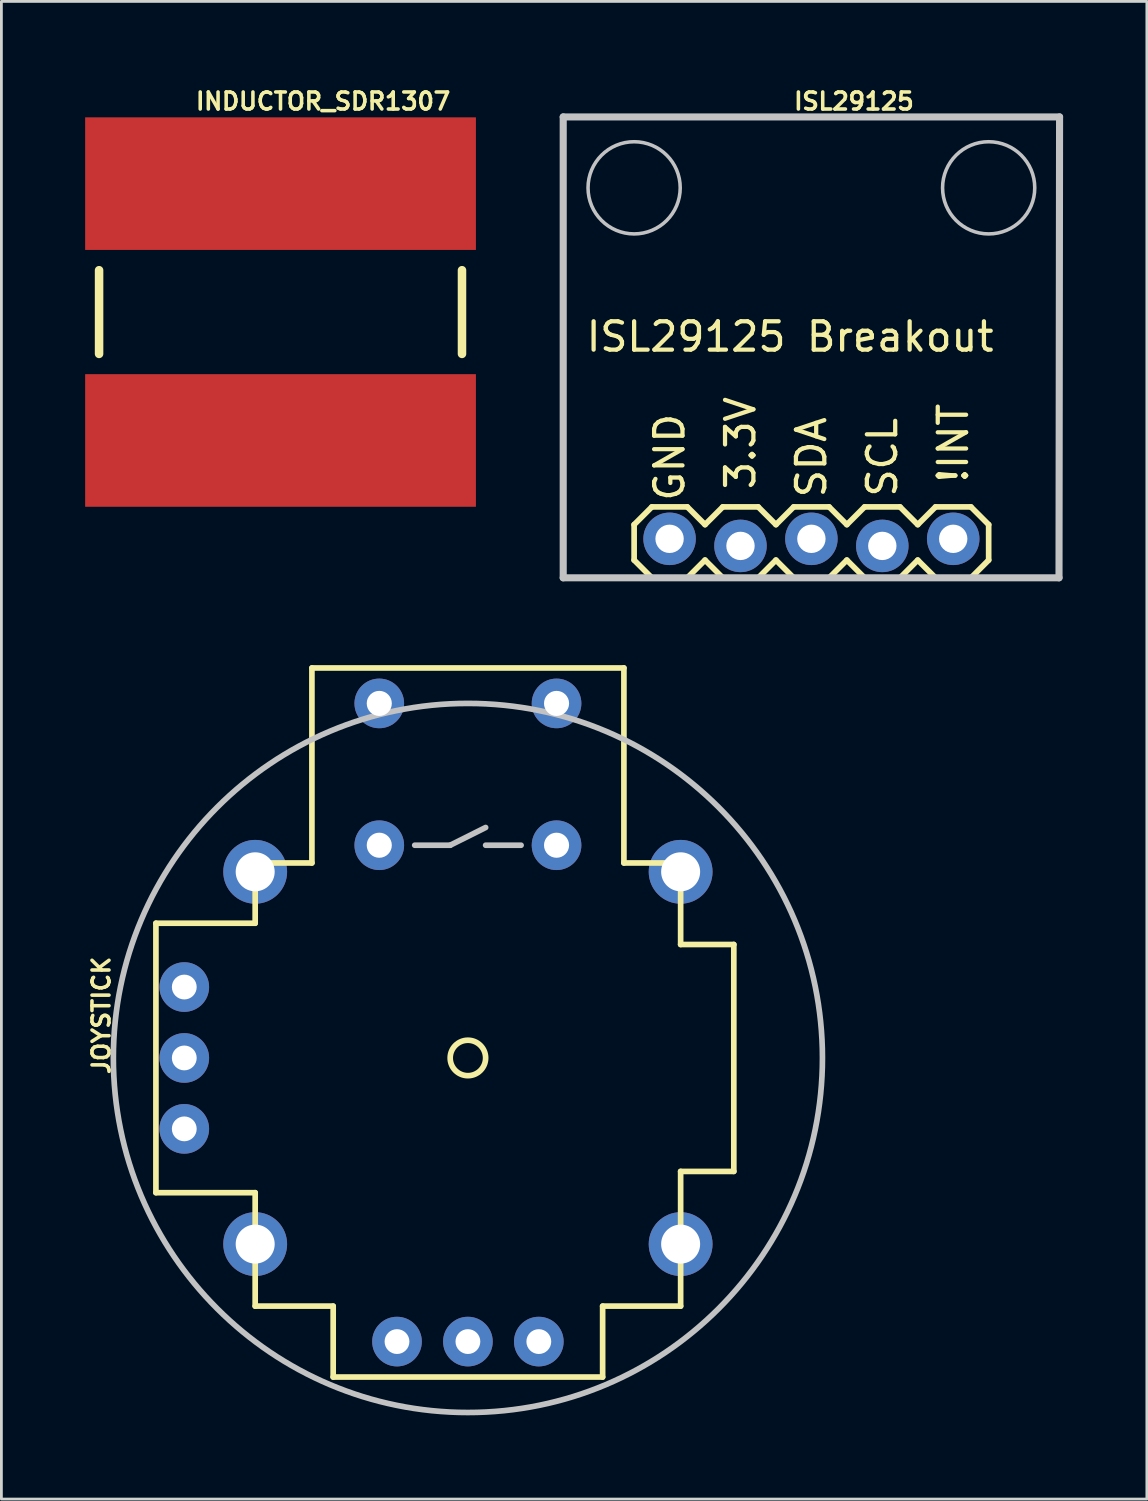
<source format=kicad_pcb>
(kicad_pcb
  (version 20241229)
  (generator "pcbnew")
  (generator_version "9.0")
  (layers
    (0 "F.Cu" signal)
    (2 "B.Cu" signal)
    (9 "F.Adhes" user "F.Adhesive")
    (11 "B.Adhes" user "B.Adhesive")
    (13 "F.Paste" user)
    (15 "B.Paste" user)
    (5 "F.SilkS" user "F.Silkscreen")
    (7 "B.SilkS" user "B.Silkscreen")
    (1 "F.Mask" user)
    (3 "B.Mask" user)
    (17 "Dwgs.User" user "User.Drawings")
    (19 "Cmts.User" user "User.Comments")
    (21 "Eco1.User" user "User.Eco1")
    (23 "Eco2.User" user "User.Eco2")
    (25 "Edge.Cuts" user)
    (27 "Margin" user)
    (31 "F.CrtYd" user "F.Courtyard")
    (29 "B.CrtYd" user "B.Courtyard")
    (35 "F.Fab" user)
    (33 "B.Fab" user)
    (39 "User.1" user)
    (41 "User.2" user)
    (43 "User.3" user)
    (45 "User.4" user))
  (footprint "ISL29125"
    (layer "F.Cu")
    (at 26.015 8.758)
    (property "Reference" "ISL29125" (at 1.524 -8.179 0) (layer "F.SilkS") (effects (font (size 0.61 0.61) (thickness 0.127))))
    (attr exclude_from_pos_files exclude_from_bom)
    (fp_line (start -6.35 6.985) (end -6.35 8.255) (stroke (width 0.203) (type solid)) (layer "F.SilkS"))
    (fp_line (start -6.35 8.255) (end -5.715 8.89) (stroke (width 0.203) (type solid)) (layer "F.SilkS"))
    (fp_line (start -5.715 6.35) (end -6.35 6.985) (stroke (width 0.203) (type solid)) (layer "F.SilkS"))
    (fp_line (start -5.715 6.35) (end -4.445 6.35) (stroke (width 0.203) (type solid)) (layer "F.SilkS"))
    (fp_line (start -4.445 6.35) (end -3.81 6.985) (stroke (width 0.203) (type solid)) (layer "F.SilkS"))
    (fp_line (start -4.445 8.89) (end -5.715 8.89) (stroke (width 0.203) (type solid)) (layer "F.SilkS"))
    (fp_line (start -3.81 6.985) (end -3.175 6.35) (stroke (width 0.203) (type solid)) (layer "F.SilkS"))
    (fp_line (start -3.81 8.255) (end -4.445 8.89) (stroke (width 0.203) (type solid)) (layer "F.SilkS"))
    (fp_line (start -3.175 6.35) (end -1.905 6.35) (stroke (width 0.203) (type solid)) (layer "F.SilkS"))
    (fp_line (start -3.175 8.89) (end -3.81 8.255) (stroke (width 0.203) (type solid)) (layer "F.SilkS"))
    (fp_line (start -1.905 6.35) (end -1.27 6.985) (stroke (width 0.203) (type solid)) (layer "F.SilkS"))
    (fp_line (start -1.905 8.89) (end -3.175 8.89) (stroke (width 0.203) (type solid)) (layer "F.SilkS"))
    (fp_line (start -1.27 6.985) (end -0.635 6.35) (stroke (width 0.203) (type solid)) (layer "F.SilkS"))
    (fp_line (start -1.27 8.255) (end -1.905 8.89) (stroke (width 0.203) (type solid)) (layer "F.SilkS"))
    (fp_line (start -0.635 6.35) (end 0.635 6.35) (stroke (width 0.203) (type solid)) (layer "F.SilkS"))
    (fp_line (start -0.635 8.89) (end -1.27 8.255) (stroke (width 0.203) (type solid)) (layer "F.SilkS"))
    (fp_line (start 0.635 6.35) (end 1.27 6.985) (stroke (width 0.203) (type solid)) (layer "F.SilkS"))
    (fp_line (start 0.635 8.89) (end -0.635 8.89) (stroke (width 0.203) (type solid)) (layer "F.SilkS"))
    (fp_line (start 1.27 8.255) (end 0.635 8.89) (stroke (width 0.203) (type solid)) (layer "F.SilkS"))
    (fp_line (start 1.27 8.255) (end 1.905 8.89) (stroke (width 0.203) (type solid)) (layer "F.SilkS"))
    (fp_line (start 1.905 6.35) (end 1.27 6.985) (stroke (width 0.203) (type solid)) (layer "F.SilkS"))
    (fp_line (start 1.905 6.35) (end 3.175 6.35) (stroke (width 0.203) (type solid)) (layer "F.SilkS"))
    (fp_line (start 3.175 6.35) (end 3.81 6.985) (stroke (width 0.203) (type solid)) (layer "F.SilkS"))
    (fp_line (start 3.175 8.89) (end 1.905 8.89) (stroke (width 0.203) (type solid)) (layer "F.SilkS"))
    (fp_line (start 3.81 6.985) (end 4.445 6.35) (stroke (width 0.203) (type solid)) (layer "F.SilkS"))
    (fp_line (start 3.81 8.255) (end 3.175 8.89) (stroke (width 0.203) (type solid)) (layer "F.SilkS"))
    (fp_line (start 4.445 6.35) (end 5.715 6.35) (stroke (width 0.203) (type solid)) (layer "F.SilkS"))
    (fp_line (start 4.445 8.89) (end 3.81 8.255) (stroke (width 0.203) (type solid)) (layer "F.SilkS"))
    (fp_line (start 5.715 6.35) (end 6.35 6.985) (stroke (width 0.203) (type solid)) (layer "F.SilkS"))
    (fp_line (start 5.715 8.89) (end 4.445 8.89) (stroke (width 0.203) (type solid)) (layer "F.SilkS"))
    (fp_line (start 6.35 6.985) (end 6.35 8.255) (stroke (width 0.203) (type solid)) (layer "F.SilkS"))
    (fp_line (start 6.35 8.255) (end 5.715 8.89) (stroke (width 0.203) (type solid)) (layer "F.SilkS"))
    (fp_line (start -8.89 -7.62) (end -8.89 8.89) (stroke (width 0.254) (type solid)) (layer "Dwgs.User"))
    (fp_line (start -8.89 8.89) (end 8.87 8.89) (stroke (width 0.254) (type solid)) (layer "Dwgs.User"))
    (fp_line (start -5.334 7.366) (end -4.826 7.366) (stroke (width 0.066) (type solid)) (layer "Dwgs.User"))
    (fp_line (start -5.334 7.874) (end -5.334 7.366) (stroke (width 0.066) (type solid)) (layer "Dwgs.User"))
    (fp_line (start -5.334 7.874) (end -4.826 7.874) (stroke (width 0.066) (type solid)) (layer "Dwgs.User"))
    (fp_line (start -4.826 7.874) (end -4.826 7.366) (stroke (width 0.066) (type solid)) (layer "Dwgs.User"))
    (fp_line (start -2.794 7.366) (end -2.286 7.366) (stroke (width 0.066) (type solid)) (layer "Dwgs.User"))
    (fp_line (start -2.794 7.874) (end -2.794 7.366) (stroke (width 0.066) (type solid)) (layer "Dwgs.User"))
    (fp_line (start -2.794 7.874) (end -2.286 7.874) (stroke (width 0.066) (type solid)) (layer "Dwgs.User"))
    (fp_line (start -2.286 7.874) (end -2.286 7.366) (stroke (width 0.066) (type solid)) (layer "Dwgs.User"))
    (fp_line (start -0.254 7.366) (end 0.254 7.366) (stroke (width 0.066) (type solid)) (layer "Dwgs.User"))
    (fp_line (start -0.254 7.874) (end -0.254 7.366) (stroke (width 0.066) (type solid)) (layer "Dwgs.User"))
    (fp_line (start -0.254 7.874) (end 0.254 7.874) (stroke (width 0.066) (type solid)) (layer "Dwgs.User"))
    (fp_line (start 0.254 7.874) (end 0.254 7.366) (stroke (width 0.066) (type solid)) (layer "Dwgs.User"))
    (fp_line (start 2.286 7.366) (end 2.794 7.366) (stroke (width 0.066) (type solid)) (layer "Dwgs.User"))
    (fp_line (start 2.286 7.874) (end 2.286 7.366) (stroke (width 0.066) (type solid)) (layer "Dwgs.User"))
    (fp_line (start 2.286 7.874) (end 2.794 7.874) (stroke (width 0.066) (type solid)) (layer "Dwgs.User"))
    (fp_line (start 2.794 7.874) (end 2.794 7.366) (stroke (width 0.066) (type solid)) (layer "Dwgs.User"))
    (fp_line (start 4.826 7.366) (end 5.334 7.366) (stroke (width 0.066) (type solid)) (layer "Dwgs.User"))
    (fp_line (start 4.826 7.874) (end 4.826 7.366) (stroke (width 0.066) (type solid)) (layer "Dwgs.User"))
    (fp_line (start 4.826 7.874) (end 5.334 7.874) (stroke (width 0.066) (type solid)) (layer "Dwgs.User"))
    (fp_line (start 5.334 7.874) (end 5.334 7.366) (stroke (width 0.066) (type solid)) (layer "Dwgs.User"))
    (fp_line (start 8.87 8.89) (end 8.89 -7.62) (stroke (width 0.254) (type solid)) (layer "Dwgs.User"))
    (fp_line (start 8.89 -7.62) (end -8.89 -7.62) (stroke (width 0.254) (type solid)) (layer "Dwgs.User"))
    (fp_circle (center -6.35 -5.08) (end -6.35 -6.731) (stroke (width 0.127) (type solid)) (fill no) (layer "Dwgs.User"))
    (fp_circle (center 6.35 -5.08) (end 6.35 -6.731) (stroke (width 0.127) (type solid)) (fill no) (layer "Dwgs.User"))
    (fp_text user "SDA" (at 0 4.572 90) (layer "F.SilkS") (effects (font (size 1.016 1.016) (thickness 0.152))))
    (fp_text user "3.3V" (at -2.54 4.064 90) (layer "F.SilkS") (effects (font (size 1.016 1.016) (thickness 0.152))))
    (fp_text user "SCL" (at 2.54 4.572 90) (layer "F.SilkS") (effects (font (size 1.016 1.016) (thickness 0.152))))
    (fp_text user "!INT" (at 5.08 4.064 90) (layer "F.SilkS") (effects (font (size 1.016 1.016) (thickness 0.152))))
    (fp_text user "ISL29125 Breakout" (at -0.762 0.254 180) (layer "F.SilkS") (effects (font (size 1.016 1.016) (thickness 0.152))))
    (fp_text user "GND" (at -5.08 4.572 90) (layer "F.SilkS") (effects (font (size 1.016 1.016) (thickness 0.152))))
    (pad "1" thru_hole circle (at -5.08 7.493) (size 1.88 1.88) (drill 1.016) (layers "*.Cu" "*.Paste" "*.Mask"))
    (pad "2" thru_hole circle (at -2.54 7.747) (size 1.88 1.88) (drill 1.016) (layers "*.Cu" "*.Paste" "*.Mask"))
    (pad "3" thru_hole circle (at 0 7.493) (size 1.88 1.88) (drill 1.016) (layers "*.Cu" "*.Paste" "*.Mask"))
    (pad "4" thru_hole circle (at 2.54 7.747) (size 1.88 1.88) (drill 1.016) (layers "*.Cu" "*.Paste" "*.Mask"))
    (pad "5" thru_hole circle (at 5.08 7.493) (size 1.88 1.88) (drill 1.016) (layers "*.Cu" "*.Paste" "*.Mask")))
  (footprint "INDUCTOR_SDR1307"
    (layer "F.Cu")
    (at 6.999 8.128)
    (property "Reference" "INDUCTOR_SDR1307" (at 1.524 -7.549 0) (layer "F.SilkS") (effects (font (size 0.61 0.61) (thickness 0.127))))
    (attr smd)
    (fp_line (start -6.5 -1.499) (end -6.5 1.499) (stroke (width 0.305) (type solid)) (layer "F.SilkS"))
    (fp_line (start 6.5 -1.499) (end 6.5 1.499) (stroke (width 0.305) (type solid)) (layer "F.SilkS"))
    (pad "P$1" smd rect (at 0 -4.6) (size 13.998 4.75) (layers "F.Cu" "F.Mask" "F.Paste"))
    (pad "P$2" smd rect (at 0 4.6) (size 13.998 4.75) (layers "F.Cu" "F.Mask" "F.Paste")))
  (footprint "JOYSTICK"
    (layer "F.Cu")
    (at 13.711 34.847)
    (property "Reference" "JOYSTICK" (at -13.132 -1.524 90) (layer "F.SilkS") (effects (font (size 0.61 0.61) (thickness 0.127))))
    (attr exclude_from_pos_files exclude_from_bom)
    (fp_line (start -11.176 -4.826) (end -11.176 4.826) (stroke (width 0.203) (type solid)) (layer "F.SilkS"))
    (fp_line (start -7.62 -4.826) (end -11.176 -4.826) (stroke (width 0.203) (type solid)) (layer "F.SilkS"))
    (fp_line (start -7.62 -4.826) (end -7.62 -6.985) (stroke (width 0.203) (type solid)) (layer "F.SilkS"))
    (fp_line (start -7.62 4.826) (end -11.176 4.826) (stroke (width 0.203) (type solid)) (layer "F.SilkS"))
    (fp_line (start -7.62 4.826) (end -7.62 8.89) (stroke (width 0.203) (type solid)) (layer "F.SilkS"))
    (fp_line (start -5.588 -13.97) (end -5.588 -6.985) (stroke (width 0.203) (type solid)) (layer "F.SilkS"))
    (fp_line (start -5.588 -6.985) (end -7.62 -6.985) (stroke (width 0.203) (type solid)) (layer "F.SilkS"))
    (fp_line (start -4.826 8.89) (end -7.62 8.89) (stroke (width 0.203) (type solid)) (layer "F.SilkS"))
    (fp_line (start -4.826 11.43) (end -4.826 8.89) (stroke (width 0.203) (type solid)) (layer "F.SilkS"))
    (fp_line (start 4.826 8.89) (end 7.62 8.89) (stroke (width 0.203) (type solid)) (layer "F.SilkS"))
    (fp_line (start 4.826 11.43) (end -4.826 11.43) (stroke (width 0.203) (type solid)) (layer "F.SilkS"))
    (fp_line (start 4.826 11.43) (end 4.826 8.89) (stroke (width 0.203) (type solid)) (layer "F.SilkS"))
    (fp_line (start 5.588 -13.97) (end -5.588 -13.97) (stroke (width 0.203) (type solid)) (layer "F.SilkS"))
    (fp_line (start 5.588 -13.97) (end 5.588 -6.985) (stroke (width 0.203) (type solid)) (layer "F.SilkS"))
    (fp_line (start 7.62 -6.985) (end 5.588 -6.985) (stroke (width 0.203) (type solid)) (layer "F.SilkS"))
    (fp_line (start 7.62 -4.064) (end 7.62 -6.985) (stroke (width 0.203) (type solid)) (layer "F.SilkS"))
    (fp_line (start 7.62 -4.064) (end 9.525 -4.064) (stroke (width 0.203) (type solid)) (layer "F.SilkS"))
    (fp_line (start 7.62 4.064) (end 7.62 8.89) (stroke (width 0.203) (type solid)) (layer "F.SilkS"))
    (fp_line (start 7.62 4.064) (end 9.525 4.064) (stroke (width 0.203) (type solid)) (layer "F.SilkS"))
    (fp_line (start 9.525 -4.064) (end 9.525 4.064) (stroke (width 0.203) (type solid)) (layer "F.SilkS"))
    (fp_circle (center 0 0) (end 0 -0.635) (stroke (width 0.203) (type solid)) (fill no) (layer "F.SilkS"))
    (fp_line (start -1.905 -7.62) (end -0.635 -7.62) (stroke (width 0.203) (type solid)) (layer "Dwgs.User"))
    (fp_line (start -0.635 -7.62) (end 0.635 -8.255) (stroke (width 0.203) (type solid)) (layer "Dwgs.User"))
    (fp_line (start 0.635 -7.62) (end 1.905 -7.62) (stroke (width 0.203) (type solid)) (layer "Dwgs.User"))
    (fp_circle (center 0 0) (end 0 -12.7) (stroke (width 0.203) (type solid)) (fill no) (layer "Dwgs.User"))
    (pad "B1A" thru_hole circle (at -3.175 -12.7) (size 1.778 1.778) (drill 0.899) (layers "*.Cu" "*.Paste" "*.Mask"))
    (pad "B1B" thru_hole circle (at 3.175 -12.7) (size 1.778 1.778) (drill 0.899) (layers "*.Cu" "*.Paste" "*.Mask"))
    (pad "B2A" thru_hole circle (at -3.175 -7.62) (size 1.778 1.778) (drill 0.899) (layers "*.Cu" "*.Paste" "*.Mask"))
    (pad "B2B" thru_hole circle (at 3.175 -7.62) (size 1.778 1.778) (drill 0.899) (layers "*.Cu" "*.Paste" "*.Mask"))
    (pad "H1" thru_hole circle (at -2.54 10.16) (size 1.778 1.778) (drill 0.889) (layers "*.Cu" "*.Paste" "*.Mask"))
    (pad "H2" thru_hole circle (at 0 10.16) (size 1.778 1.778) (drill 0.889) (layers "*.Cu" "*.Paste" "*.Mask"))
    (pad "H3" thru_hole circle (at 2.54 10.16) (size 1.778 1.778) (drill 0.889) (layers "*.Cu" "*.Paste" "*.Mask"))
    (pad "MOUN" thru_hole circle (at -7.62 -6.668) (size 2.286 2.286) (drill 1.397) (layers "*.Cu" "*.Paste" "*.Mask"))
    (pad "MOUN" thru_hole circle (at -7.62 6.668) (size 2.286 2.286) (drill 1.397) (layers "*.Cu" "*.Paste" "*.Mask"))
    (pad "MOUN" thru_hole circle (at 7.62 -6.668) (size 2.286 2.286) (drill 1.397) (layers "*.Cu" "*.Paste" "*.Mask"))
    (pad "MOUN" thru_hole circle (at 7.62 6.668) (size 2.286 2.286) (drill 1.397) (layers "*.Cu" "*.Paste" "*.Mask"))
    (pad "V1" thru_hole circle (at -10.16 -2.54) (size 1.778 1.778) (drill 0.889) (layers "*.Cu" "*.Paste" "*.Mask"))
    (pad "V2" thru_hole circle (at -10.16 0) (size 1.778 1.778) (drill 0.889) (layers "*.Cu" "*.Paste" "*.Mask"))
    (pad "V3" thru_hole circle (at -10.16 2.54) (size 1.778 1.778) (drill 0.889) (layers "*.Cu" "*.Paste" "*.Mask")))
  (gr_rect
    (start -3 -3)
    (end 38.032 50.649)
    (stroke (width 0.1) (type default))
    (fill no)
    (layer "Edge.Cuts")))
</source>
